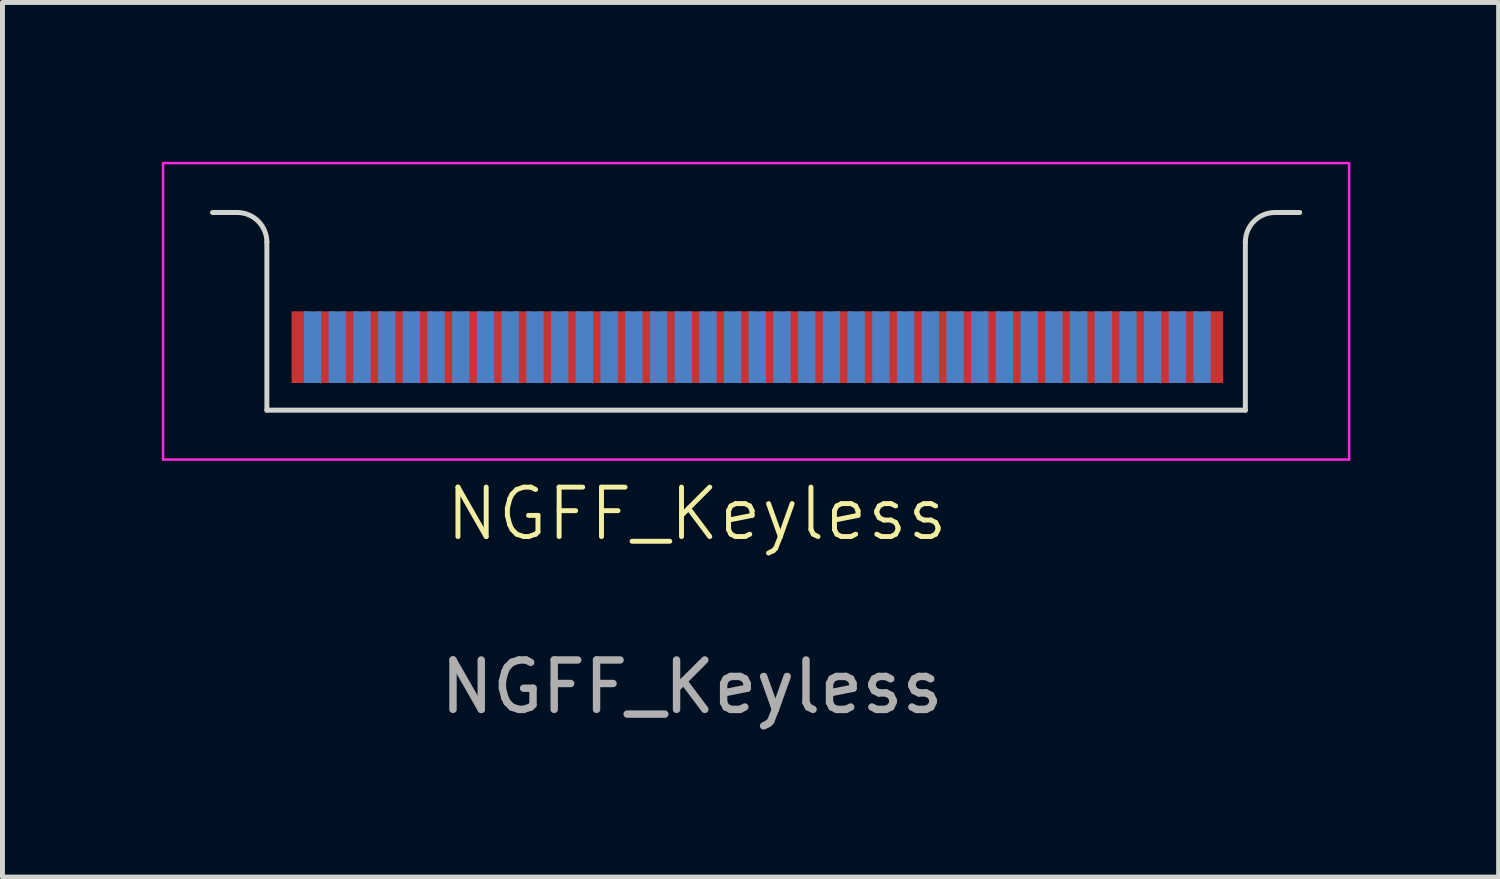
<source format=kicad_pcb>
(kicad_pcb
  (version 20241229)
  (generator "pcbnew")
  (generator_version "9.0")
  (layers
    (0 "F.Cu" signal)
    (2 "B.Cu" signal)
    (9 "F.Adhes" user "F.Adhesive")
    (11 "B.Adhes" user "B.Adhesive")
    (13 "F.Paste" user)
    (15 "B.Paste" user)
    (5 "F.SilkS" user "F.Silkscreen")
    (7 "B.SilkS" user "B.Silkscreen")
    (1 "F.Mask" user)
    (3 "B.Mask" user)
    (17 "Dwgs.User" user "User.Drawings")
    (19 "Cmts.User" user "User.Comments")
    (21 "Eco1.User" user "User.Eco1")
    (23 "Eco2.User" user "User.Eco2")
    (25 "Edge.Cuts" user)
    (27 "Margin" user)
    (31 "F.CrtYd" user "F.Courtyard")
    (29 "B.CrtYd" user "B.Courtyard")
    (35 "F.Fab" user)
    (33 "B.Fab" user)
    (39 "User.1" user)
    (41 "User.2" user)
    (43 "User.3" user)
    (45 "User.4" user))
  (footprint "NGFF_Keyless"
    (layer "F.Cu")
    (at 0.25 0.25)
    (property "Reference" "NGFF_Keyless" (at 10.8 7.1 0) (unlocked yes) (layer "F.SilkS") (effects (font (size 1 1) (thickness 0.1))))
    (attr smd)
    (fp_line (start 1 1) (end 1.5 1) (stroke (width 0.1) (type default)) (layer "Edge.Cuts"))
    (fp_line (start 2.1 1.6) (end 2.1 5) (stroke (width 0.1) (type default)) (layer "Edge.Cuts"))
    (fp_line (start 2.1 5) (end 21.9 5) (stroke (width 0.1) (type solid)) (layer "Edge.Cuts"))
    (fp_line (start 21.9 1.6) (end 21.9 5) (stroke (width 0.1) (type default)) (layer "Edge.Cuts"))
    (fp_line (start 23 1) (end 22.5 1) (stroke (width 0.1) (type default)) (layer "Edge.Cuts"))
    (fp_arc (start 1.5 1) (mid 1.924264 1.175736) (end 2.1 1.6) (stroke (width 0.1) (type default)) (layer "Edge.Cuts"))
    (fp_arc (start 21.9 1.6) (mid 22.075736 1.175736) (end 22.5 1) (stroke (width 0.1) (type default)) (layer "Edge.Cuts"))
    (fp_line (start 0 0) (end 0 6) (stroke (width 0.05) (type default)) (layer "F.CrtYd"))
    (fp_line (start 0 6) (end 24 6) (stroke (width 0.05) (type default)) (layer "F.CrtYd"))
    (fp_line (start 24 0) (end 0 0) (stroke (width 0.05) (type default)) (layer "F.CrtYd"))
    (fp_line (start 24 6) (end 24 0) (stroke (width 0.05) (type default)) (layer "F.CrtYd"))
    (fp_text user "${REFERENCE}" (at 10.7 10.6 0) (unlocked yes) (layer "F.Fab") (effects (font (size 1 1) (thickness 0.15))))
    (pad "1" connect rect (at 21.275 3.725) (size 0.35 1.45) (layers "F.Cu" "F.Mask"))
    (pad "2" connect rect (at 21.025 3.725) (size 0.35 1.45) (layers "B.Cu" "B.Mask"))
    (pad "3" connect rect (at 20.775 3.725) (size 0.35 1.45) (layers "F.Cu" "F.Mask"))
    (pad "4" connect rect (at 20.525 3.725) (size 0.35 1.45) (layers "B.Cu" "B.Mask"))
    (pad "5" connect rect (at 20.275 3.725) (size 0.35 1.45) (layers "F.Cu" "F.Mask"))
    (pad "6" connect rect (at 20.025 3.725) (size 0.35 1.45) (layers "B.Cu" "B.Mask"))
    (pad "7" connect rect (at 19.775 3.725) (size 0.35 1.45) (layers "F.Cu" "F.Mask"))
    (pad "8" connect rect (at 19.525 3.725) (size 0.35 1.45) (layers "B.Cu" "B.Mask"))
    (pad "9" connect rect (at 19.275 3.725) (size 0.35 1.45) (layers "F.Cu" "F.Mask"))
    (pad "10" connect rect (at 19.025 3.725) (size 0.35 1.45) (layers "B.Cu" "B.Mask"))
    (pad "11" connect rect (at 18.775 3.725) (size 0.35 1.45) (layers "F.Cu" "F.Mask"))
    (pad "12" connect rect (at 18.525 3.725) (size 0.35 1.45) (layers "B.Cu" "B.Mask"))
    (pad "13" connect rect (at 18.275 3.725) (size 0.35 1.45) (layers "F.Cu" "F.Mask"))
    (pad "14" connect rect (at 18.025 3.725) (size 0.35 1.45) (layers "B.Cu" "B.Mask"))
    (pad "15" connect rect (at 17.775 3.725) (size 0.35 1.45) (layers "F.Cu" "F.Mask"))
    (pad "16" connect rect (at 17.525 3.725) (size 0.35 1.45) (layers "B.Cu" "B.Mask"))
    (pad "17" connect rect (at 17.275 3.725) (size 0.35 1.45) (layers "F.Cu" "F.Mask"))
    (pad "18" connect rect (at 17.025 3.725) (size 0.35 1.45) (layers "B.Cu" "B.Mask"))
    (pad "19" connect rect (at 16.775 3.725) (size 0.35 1.45) (layers "F.Cu" "F.Mask"))
    (pad "20" connect rect (at 16.525 3.725) (size 0.35 1.45) (layers "B.Cu" "B.Mask"))
    (pad "21" connect rect (at 16.275 3.725) (size 0.35 1.45) (layers "F.Cu" "F.Mask"))
    (pad "22" connect rect (at 16.025 3.725) (size 0.35 1.45) (layers "B.Cu" "B.Mask"))
    (pad "23" connect rect (at 15.775 3.725) (size 0.35 1.45) (layers "F.Cu" "F.Mask"))
    (pad "24" connect rect (at 15.525 3.725) (size 0.35 1.45) (layers "B.Cu" "B.Mask"))
    (pad "25" connect rect (at 15.275 3.725) (size 0.35 1.45) (layers "F.Cu" "F.Mask"))
    (pad "26" connect rect (at 15.025 3.725) (size 0.35 1.45) (layers "B.Cu" "B.Mask"))
    (pad "27" connect rect (at 14.775 3.725) (size 0.35 1.45) (layers "F.Cu" "F.Mask"))
    (pad "28" connect rect (at 14.525 3.725) (size 0.35 1.45) (layers "B.Cu" "B.Mask"))
    (pad "29" connect rect (at 14.275 3.725) (size 0.35 1.45) (layers "F.Cu" "F.Mask"))
    (pad "30" connect rect (at 14.025 3.725) (size 0.35 1.45) (layers "B.Cu" "B.Mask"))
    (pad "31" connect rect (at 13.775 3.725) (size 0.35 1.45) (layers "F.Cu" "F.Mask"))
    (pad "32" connect rect (at 13.525 3.725) (size 0.35 1.45) (layers "B.Cu" "B.Mask"))
    (pad "33" connect rect (at 13.275 3.725) (size 0.35 1.45) (layers "F.Cu" "F.Mask"))
    (pad "34" connect rect (at 13.025 3.725) (size 0.35 1.45) (layers "B.Cu" "B.Mask"))
    (pad "35" connect rect (at 12.775 3.725) (size 0.35 1.45) (layers "F.Cu" "F.Mask"))
    (pad "36" connect rect (at 12.525 3.725) (size 0.35 1.45) (layers "B.Cu" "B.Mask"))
    (pad "37" connect rect (at 12.275 3.725) (size 0.35 1.45) (layers "F.Cu" "F.Mask"))
    (pad "38" connect rect (at 12.025 3.725) (size 0.35 1.45) (layers "B.Cu" "B.Mask"))
    (pad "39" connect rect (at 11.775 3.725) (size 0.35 1.45) (layers "F.Cu" "F.Mask"))
    (pad "40" connect rect (at 11.525 3.725) (size 0.35 1.45) (layers "B.Cu" "B.Mask"))
    (pad "41" connect rect (at 11.275 3.725) (size 0.35 1.45) (layers "F.Cu" "F.Mask"))
    (pad "42" connect rect (at 11.025 3.725) (size 0.35 1.45) (layers "B.Cu" "B.Mask"))
    (pad "43" connect rect (at 10.775 3.725) (size 0.35 1.45) (layers "F.Cu" "F.Mask"))
    (pad "44" connect rect (at 10.525 3.725) (size 0.35 1.45) (layers "B.Cu" "B.Mask"))
    (pad "45" connect rect (at 10.275 3.725) (size 0.35 1.45) (layers "F.Cu" "F.Mask"))
    (pad "46" connect rect (at 10.025 3.725) (size 0.35 1.45) (layers "B.Cu" "B.Mask"))
    (pad "47" connect rect (at 9.775 3.725) (size 0.35 1.45) (layers "F.Cu" "F.Mask"))
    (pad "48" connect rect (at 9.525 3.725) (size 0.35 1.45) (layers "B.Cu" "B.Mask"))
    (pad "49" connect rect (at 9.275 3.725) (size 0.35 1.45) (layers "F.Cu" "F.Mask"))
    (pad "50" connect rect (at 9.025 3.725) (size 0.35 1.45) (layers "B.Cu" "B.Mask"))
    (pad "51" connect rect (at 8.775 3.725) (size 0.35 1.45) (layers "F.Cu" "F.Mask"))
    (pad "52" connect rect (at 8.525 3.725) (size 0.35 1.45) (layers "B.Cu" "B.Mask"))
    (pad "53" connect rect (at 8.275 3.725) (size 0.35 1.45) (layers "F.Cu" "F.Mask"))
    (pad "54" connect rect (at 8.025 3.725) (size 0.35 1.45) (layers "B.Cu" "B.Mask"))
    (pad "55" connect rect (at 7.775 3.725) (size 0.35 1.45) (layers "F.Cu" "F.Mask"))
    (pad "56" connect rect (at 7.525 3.725) (size 0.35 1.45) (layers "B.Cu" "B.Mask"))
    (pad "57" connect rect (at 7.275 3.725) (size 0.35 1.45) (layers "F.Cu" "F.Mask"))
    (pad "58" connect rect (at 7.025 3.725) (size 0.35 1.45) (layers "B.Cu" "B.Mask"))
    (pad "59" connect rect (at 6.775 3.725) (size 0.35 1.45) (layers "F.Cu" "F.Mask"))
    (pad "60" connect rect (at 6.525 3.725) (size 0.35 1.45) (layers "B.Cu" "B.Mask"))
    (pad "61" connect rect (at 6.275 3.725) (size 0.35 1.45) (layers "F.Cu" "F.Mask"))
    (pad "62" connect rect (at 6.025 3.725) (size 0.35 1.45) (layers "B.Cu" "B.Mask"))
    (pad "63" connect rect (at 5.775 3.725) (size 0.35 1.45) (layers "F.Cu" "F.Mask"))
    (pad "64" connect rect (at 5.525 3.725) (size 0.35 1.45) (layers "B.Cu" "B.Mask"))
    (pad "65" connect rect (at 5.275 3.725) (size 0.35 1.45) (layers "F.Cu" "F.Mask"))
    (pad "66" connect rect (at 5.025 3.725) (size 0.35 1.45) (layers "B.Cu" "B.Mask"))
    (pad "67" connect rect (at 4.775 3.725) (size 0.35 1.45) (layers "F.Cu" "F.Mask"))
    (pad "68" connect rect (at 4.525 3.725) (size 0.35 1.45) (layers "B.Cu" "B.Mask"))
    (pad "69" connect rect (at 4.275 3.725) (size 0.35 1.45) (layers "F.Cu" "F.Mask"))
    (pad "70" connect rect (at 4.025 3.725) (size 0.35 1.45) (layers "B.Cu" "B.Mask"))
    (pad "71" connect rect (at 3.775 3.725) (size 0.35 1.45) (layers "F.Cu" "F.Mask"))
    (pad "72" connect rect (at 3.525 3.725) (size 0.35 1.45) (layers "B.Cu" "B.Mask"))
    (pad "73" connect rect (at 3.275 3.725) (size 0.35 1.45) (layers "F.Cu" "F.Mask"))
    (pad "74" connect rect (at 3.025 3.725) (size 0.35 1.45) (layers "B.Cu" "B.Mask"))
    (pad "75" connect rect (at 2.775 3.725) (size 0.35 1.45) (layers "F.Cu" "F.Mask")))
  (gr_rect
    (start -3 -3)
    (end 27.275 14.698)
    (stroke (width 0.1) (type default))
    (fill no)
    (layer "Edge.Cuts")))
</source>
